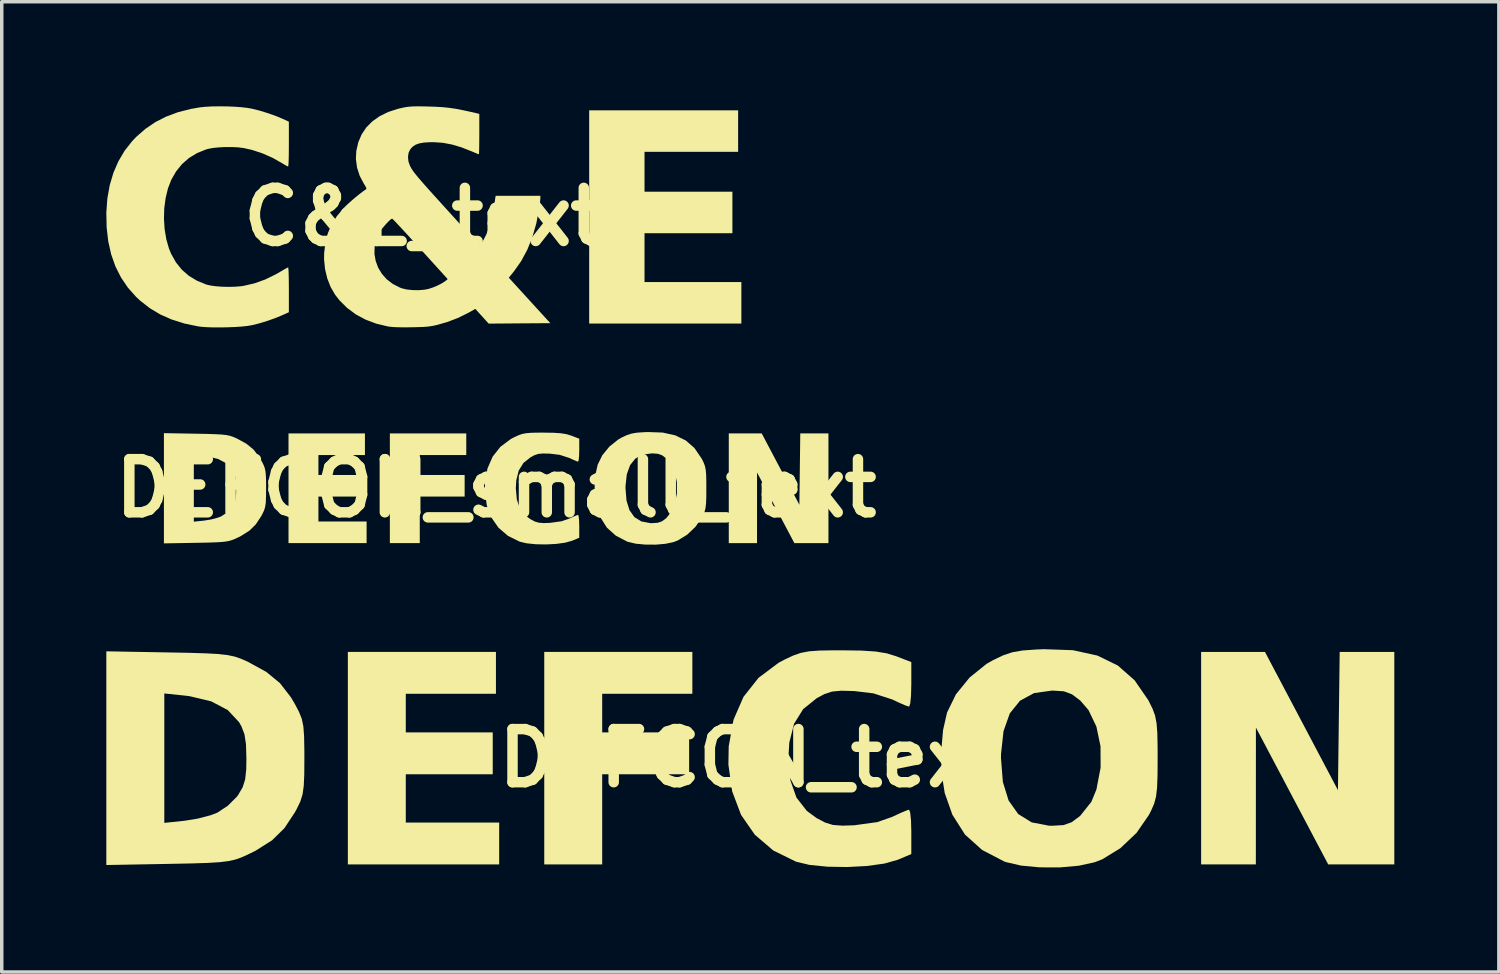
<source format=kicad_pcb>
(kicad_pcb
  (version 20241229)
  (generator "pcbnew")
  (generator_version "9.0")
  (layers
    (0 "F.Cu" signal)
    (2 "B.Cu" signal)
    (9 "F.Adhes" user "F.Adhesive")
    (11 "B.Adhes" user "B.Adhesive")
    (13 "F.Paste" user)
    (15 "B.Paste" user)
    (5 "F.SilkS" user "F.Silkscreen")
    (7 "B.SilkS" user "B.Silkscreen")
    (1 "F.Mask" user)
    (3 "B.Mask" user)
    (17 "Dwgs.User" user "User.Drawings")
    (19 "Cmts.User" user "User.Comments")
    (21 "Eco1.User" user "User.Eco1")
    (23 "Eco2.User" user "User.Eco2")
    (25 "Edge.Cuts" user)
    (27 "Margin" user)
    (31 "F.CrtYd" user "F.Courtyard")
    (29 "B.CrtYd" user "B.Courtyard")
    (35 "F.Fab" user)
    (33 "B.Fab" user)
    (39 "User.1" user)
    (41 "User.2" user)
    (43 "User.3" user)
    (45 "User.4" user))
  (footprint "C&E_text"
    (layer "F.Cu")
    (at 9.088 3.173)
    (property "Reference" "C&E_text" (at 0 0 0) (layer "F.SilkS") (effects (font (size 1.524 1.524) (thickness 0.3))))
    (attr board_only exclude_from_pos_files exclude_from_bom)
    (fp_poly (pts (xy 9.035 -1.868) (xy 6.35 -1.868) (xy 6.35 -0.724) (xy 8.871 -0.724) (xy 8.871 0.467) (xy 6.35 0.467) (xy 6.35 1.868) (xy 9.128 1.868) (xy 9.128 3.058) (xy 4.763 3.058) (xy 4.763 -3.058) (xy 9.035 -3.058)) (stroke (width 0) (type solid)) (fill yes) (layer "F.SilkS"))
    (fp_poly (pts (xy -5.625 -3.171) (xy -5.408 -3.162) (xy -5.206 -3.147) (xy -5.03 -3.126) (xy -4.917 -3.106) (xy -4.687 -3.049) (xy -4.445 -2.974) (xy -4.211 -2.89) (xy -4.033 -2.815) (xy -3.852 -2.733) (xy -3.852 -2.09) (xy -3.853 -1.888) (xy -3.855 -1.72) (xy -3.859 -1.59) (xy -3.864 -1.501) (xy -3.871 -1.454) (xy -3.875 -1.447) (xy -3.905 -1.459) (xy -3.962 -1.49) (xy -4.028 -1.531) (xy -4.308 -1.69) (xy -4.605 -1.822) (xy -4.907 -1.922) (xy -5.147 -1.976) (xy -5.304 -1.996) (xy -5.482 -2.005) (xy -5.67 -2.005) (xy -5.856 -1.996) (xy -6.025 -1.979) (xy -6.167 -1.953) (xy -6.222 -1.938) (xy -6.485 -1.832) (xy -6.717 -1.691) (xy -6.917 -1.516) (xy -7.087 -1.306) (xy -7.225 -1.065) (xy -7.32 -0.818) (xy -7.387 -0.543) (xy -7.426 -0.251) (xy -7.435 0.05) (xy -7.416 0.349) (xy -7.368 0.638) (xy -7.291 0.907) (xy -7.227 1.062) (xy -7.09 1.305) (xy -6.92 1.515) (xy -6.719 1.69) (xy -6.485 1.831) (xy -6.222 1.938) (xy -6.097 1.968) (xy -5.939 1.989) (xy -5.759 2.002) (xy -5.571 2.006) (xy -5.387 2.001) (xy -5.218 1.987) (xy -5.148 1.976) (xy -4.832 1.903) (xy -4.527 1.793) (xy -4.221 1.643) (xy -4.099 1.573) (xy -4.011 1.521) (xy -3.938 1.479) (xy -3.888 1.453) (xy -3.872 1.447) (xy -3.867 1.47) (xy -3.862 1.533) (xy -3.858 1.631) (xy -3.855 1.757) (xy -3.853 1.907) (xy -3.852 2.073) (xy -3.852 2.09) (xy -3.852 2.733) (xy -4.033 2.815) (xy -4.243 2.902) (xy -4.479 2.985) (xy -4.72 3.058) (xy -4.917 3.106) (xy -5.043 3.127) (xy -5.204 3.144) (xy -5.391 3.157) (xy -5.594 3.165) (xy -5.802 3.169) (xy -6.004 3.169) (xy -6.191 3.163) (xy -6.352 3.152) (xy -6.455 3.139) (xy -6.849 3.057) (xy -7.209 2.944) (xy -7.539 2.798) (xy -7.841 2.617) (xy -8.117 2.402) (xy -8.232 2.295) (xy -8.468 2.03) (xy -8.666 1.738) (xy -8.827 1.419) (xy -8.949 1.073) (xy -9.033 0.7) (xy -9.079 0.301) (xy -9.088 -0.124) (xy -9.059 -0.528) (xy -8.991 -0.908) (xy -8.885 -1.265) (xy -8.743 -1.595) (xy -8.563 -1.899) (xy -8.346 -2.175) (xy -8.232 -2.295) (xy -7.969 -2.525) (xy -7.684 -2.719) (xy -7.372 -2.878) (xy -7.031 -3.005) (xy -6.659 -3.099) (xy -6.413 -3.142) (xy -6.251 -3.159) (xy -6.058 -3.17) (xy -5.845 -3.173)) (stroke (width 0) (type solid)) (fill yes) (layer "F.SilkS"))
    (fp_poly (pts (xy 0.008 -3.171) (xy 0.14 -3.168) (xy 0.373 -3.16) (xy 0.574 -3.148) (xy 0.759 -3.128) (xy 0.943 -3.101) (xy 1.141 -3.062) (xy 1.337 -3.02) (xy 1.611 -2.957) (xy 1.611 -2.377) (xy 1.61 -2.218) (xy 1.609 -2.076) (xy 1.607 -1.957) (xy 1.604 -1.866) (xy 1.6 -1.812) (xy 1.597 -1.798) (xy 1.571 -1.806) (xy 1.513 -1.83) (xy 1.434 -1.863) (xy 1.405 -1.876) (xy 1.106 -1.994) (xy 0.828 -2.077) (xy 0.562 -2.127) (xy 0.299 -2.145) (xy 0.191 -2.144) (xy 0.018 -2.133) (xy -0.117 -2.108) (xy -0.223 -2.069) (xy -0.307 -2.011) (xy -0.368 -1.943) (xy -0.417 -1.844) (xy -0.435 -1.722) (xy -0.422 -1.592) (xy -0.379 -1.469) (xy -0.357 -1.426) (xy -0.331 -1.381) (xy -0.299 -1.332) (xy -0.259 -1.277) (xy -0.207 -1.211) (xy -0.143 -1.133) (xy -0.062 -1.039) (xy 0.036 -0.926) (xy 0.156 -0.791) (xy 0.299 -0.632) (xy 0.468 -0.446) (xy 0.665 -0.228) (xy 0.736 -0.15) (xy 1.619 0.822) (xy 1.661 0.767) (xy 1.739 0.647) (xy 1.816 0.492) (xy 1.887 0.313) (xy 1.951 0.122) (xy 2.001 -0.07) (xy 2.034 -0.251) (xy 2.042 -0.315) (xy 2.051 -0.408) (xy 2.062 -0.491) (xy 2.069 -0.543) (xy 2.081 -0.607) (xy 3.362 -0.607) (xy 3.362 -0.537) (xy 3.358 -0.483) (xy 3.349 -0.398) (xy 3.336 -0.295) (xy 3.327 -0.237) (xy 3.245 0.189) (xy 3.132 0.581) (xy 2.988 0.94) (xy 2.812 1.267) (xy 2.603 1.563) (xy 2.591 1.578) (xy 2.457 1.743) (xy 3.052 2.395) (xy 3.648 3.047) (xy 2.764 3.053) (xy 1.879 3.06) (xy 1.809 2.982) (xy 1.758 2.926) (xy 1.69 2.85) (xy 1.619 2.773) (xy 1.618 2.771) (xy 1.496 2.637) (xy 1.291 2.753) (xy 1.002 2.896) (xy 0.686 3.016) (xy 0.397 3.098) (xy 0.305 3.119) (xy 0.219 3.134) (xy 0.129 3.146) (xy 0.026 3.154) (xy -0.1 3.159) (xy -0.259 3.163) (xy -0.339 3.165) (xy -0.56 3.167) (xy -0.74 3.164) (xy -0.881 3.157) (xy -0.99 3.144) (xy -1.006 3.142) (xy -1.342 3.062) (xy -1.651 2.946) (xy -1.931 2.795) (xy -2.181 2.61) (xy -2.4 2.392) (xy -2.524 2.233) (xy -2.653 2.012) (xy -2.75 1.764) (xy -2.814 1.496) (xy -2.842 1.22) (xy -2.84 1.06) (xy -1.397 1.06) (xy -1.362 1.261) (xy -1.291 1.454) (xy -1.184 1.631) (xy -1.044 1.789) (xy -0.872 1.921) (xy -0.672 2.024) (xy -0.608 2.048) (xy -0.471 2.081) (xy -0.307 2.098) (xy -0.133 2.101) (xy 0.033 2.088) (xy 0.152 2.065) (xy 0.275 2.025) (xy 0.406 1.971) (xy 0.528 1.909) (xy 0.626 1.847) (xy 0.639 1.837) (xy 0.705 1.784) (xy -0.082 0.916) (xy -0.236 0.746) (xy -0.382 0.587) (xy -0.515 0.442) (xy -0.632 0.315) (xy -0.731 0.209) (xy -0.809 0.126) (xy -0.862 0.072) (xy -0.888 0.048) (xy -0.89 0.047) (xy -0.922 0.064) (xy -0.974 0.109) (xy -1.039 0.175) (xy -1.108 0.252) (xy -1.174 0.331) (xy -1.229 0.404) (xy -1.256 0.447) (xy -1.346 0.647) (xy -1.392 0.853) (xy -1.397 1.06) (xy -2.84 1.06) (xy -2.84 1.039) (xy -2.804 0.74) (xy -2.734 0.467) (xy -2.625 0.215) (xy -2.476 -0.022) (xy -2.284 -0.25) (xy -2.215 -0.32) (xy -2.133 -0.396) (xy -2.035 -0.483) (xy -1.93 -0.572) (xy -1.826 -0.656) (xy -1.734 -0.727) (xy -1.662 -0.777) (xy -1.639 -0.792) (xy -1.628 -0.81) (xy -1.637 -0.846) (xy -1.671 -0.907) (xy -1.702 -0.956) (xy -1.821 -1.182) (xy -1.897 -1.42) (xy -1.929 -1.665) (xy -1.917 -1.896) (xy -1.86 -2.144) (xy -1.764 -2.368) (xy -1.63 -2.568) (xy -1.457 -2.742) (xy -1.248 -2.89) (xy -1.004 -3.01) (xy -0.725 -3.101) (xy -0.544 -3.142) (xy -0.459 -3.156) (xy -0.37 -3.165) (xy -0.269 -3.171) (xy -0.146 -3.173)) (stroke (width 0) (type solid)) (fill yes) (layer "F.SilkS")))
  (footprint "DEFCON_text"
    (layer "F.Cu")
    (at 18.473 18.698)
    (property "Reference" "DEFCON_text" (at 0 0 0) (layer "F.SilkS") (effects (font (size 1.524 1.524) (thickness 0.3))))
    (attr board_only exclude_from_pos_files exclude_from_bom)
    (fp_poly (pts (xy -1.663 -1.847) (xy -4.249 -1.847) (xy -4.249 -0.739) (xy -1.755 -0.739) (xy -1.755 0.462) (xy -4.249 0.462) (xy -4.249 3.048) (xy -5.911 3.048) (xy -5.911 -3.048) (xy -1.663 -3.048)) (stroke (width 0) (type solid)) (fill yes) (layer "F.SilkS"))
    (fp_poly (pts (xy -7.297 -1.847) (xy -9.883 -1.847) (xy -9.883 -0.739) (xy -7.389 -0.739) (xy -7.389 0.462) (xy -9.883 0.462) (xy -9.883 1.847) (xy -7.204 1.847) (xy -7.204 3.048) (xy -11.545 3.048) (xy -11.545 -3.048) (xy -7.297 -3.048)) (stroke (width 0) (type solid)) (fill yes) (layer "F.SilkS"))
    (fp_poly (pts (xy 15.809 -1.066) (xy 16.856 0.917) (xy 16.881 -1.066) (xy 16.906 -3.048) (xy 18.473 -3.048) (xy 18.473 3.048) (xy 16.577 3.048) (xy 14.503 -0.877) (xy 14.502 1.085) (xy 14.501 3.048) (xy 12.931 3.048) (xy 12.931 -3.048) (xy 14.762 -3.048)) (stroke (width 0) (type solid)) (fill yes) (layer "F.SilkS"))
    (fp_poly (pts (xy -16.695 -3.033) (xy -16.073 -3.021) (xy -15.604 -3.006) (xy -15.256 -2.987) (xy -14.997 -2.957) (xy -14.795 -2.915) (xy -14.619 -2.855) (xy -14.436 -2.775) (xy -14.409 -2.762) (xy -13.885 -2.475) (xy -13.492 -2.152) (xy -13.178 -1.746) (xy -13.065 -1.555) (xy -12.947 -1.329) (xy -12.868 -1.133) (xy -12.822 -0.917) (xy -12.8 -0.634) (xy -12.793 -0.236) (xy -12.792 0) (xy -12.795 0.467) (xy -12.81 0.797) (xy -12.844 1.038) (xy -12.906 1.238) (xy -13.005 1.444) (xy -13.065 1.555) (xy -13.363 2.006) (xy -13.719 2.356) (xy -14.185 2.651) (xy -14.409 2.762) (xy -14.595 2.846) (xy -14.771 2.908) (xy -14.967 2.952) (xy -15.217 2.983) (xy -15.551 3.004) (xy -16.002 3.019) (xy -16.601 3.031) (xy -16.695 3.033) (xy -18.473 3.065) (xy -18.473 -1.856) (xy -16.81 -1.856) (xy -16.81 1.856) (xy -16.233 1.796) (xy -15.851 1.734) (xy -15.481 1.637) (xy -15.286 1.562) (xy -14.99 1.366) (xy -14.727 1.104) (xy -14.686 1.047) (xy -14.562 0.834) (xy -14.491 0.613) (xy -14.46 0.321) (xy -14.455 0.007) (xy -14.467 -0.4) (xy -14.511 -0.688) (xy -14.601 -0.92) (xy -14.666 -1.033) (xy -14.99 -1.38) (xy -15.465 -1.63) (xy -16.085 -1.778) (xy -16.233 -1.796) (xy -16.81 -1.856) (xy -18.473 -1.856) (xy -18.473 -3.065)) (stroke (width 0) (type solid)) (fill yes) (layer "F.SilkS"))
    (fp_poly (pts (xy 3.183 -3.086) (xy 3.595 -3.059) (xy 3.91 -3.008) (xy 4.173 -2.927) (xy 4.179 -2.925) (xy 4.618 -2.756) (xy 4.618 -2.117) (xy 4.61 -1.8) (xy 4.588 -1.572) (xy 4.557 -1.478) (xy 4.555 -1.478) (xy 4.442 -1.515) (xy 4.223 -1.611) (xy 4.07 -1.684) (xy 3.53 -1.859) (xy 2.981 -1.925) (xy 2.606 -1.935) (xy 2.343 -1.91) (xy 2.121 -1.836) (xy 1.904 -1.72) (xy 1.514 -1.405) (xy 1.254 -0.986) (xy 1.118 -0.447) (xy 1.092 0) (xy 1.148 0.631) (xy 1.323 1.131) (xy 1.623 1.515) (xy 1.904 1.72) (xy 2.149 1.848) (xy 2.371 1.916) (xy 2.644 1.936) (xy 2.981 1.925) (xy 3.643 1.834) (xy 4.07 1.684) (xy 4.323 1.566) (xy 4.505 1.491) (xy 4.555 1.478) (xy 4.586 1.562) (xy 4.609 1.784) (xy 4.618 2.097) (xy 4.618 2.114) (xy 4.618 2.751) (xy 4.226 2.916) (xy 3.844 3.024) (xy 3.34 3.093) (xy 2.775 3.123) (xy 2.206 3.113) (xy 1.695 3.061) (xy 1.312 2.97) (xy 0.658 2.648) (xy 0.129 2.196) (xy -0.266 1.626) (xy -0.521 0.951) (xy -0.629 0.183) (xy -0.62 -0.339) (xy -0.482 -1.102) (xy -0.196 -1.759) (xy 0.236 -2.305) (xy 0.811 -2.736) (xy 1.001 -2.837) (xy 1.24 -2.948) (xy 1.453 -3.021) (xy 1.687 -3.065) (xy 1.991 -3.087) (xy 2.412 -3.094) (xy 2.632 -3.094)) (stroke (width 0) (type solid)) (fill yes) (layer "F.SilkS"))
    (fp_poly (pts (xy 9.253 -3.097) (xy 9.956 -2.943) (xy 10.542 -2.657) (xy 11.023 -2.234) (xy 11.413 -1.668) (xy 11.434 -1.628) (xy 11.539 -1.416) (xy 11.61 -1.223) (xy 11.653 -1.004) (xy 11.675 -0.717) (xy 11.683 -0.315) (xy 11.684 0) (xy 11.681 0.491) (xy 11.668 0.842) (xy 11.639 1.097) (xy 11.586 1.3) (xy 11.502 1.495) (xy 11.434 1.628) (xy 11.08 2.142) (xy 10.617 2.581) (xy 10.098 2.9) (xy 9.877 2.986) (xy 9.423 3.085) (xy 8.876 3.134) (xy 8.301 3.132) (xy 7.764 3.081) (xy 7.331 2.981) (xy 7.282 2.963) (xy 6.65 2.634) (xy 6.158 2.192) (xy 5.797 1.624) (xy 5.576 0.999) (xy 5.489 0.445) (xy 5.478 0) (xy 7.19 0) (xy 7.244 0.682) (xy 7.409 1.215) (xy 7.684 1.602) (xy 8.07 1.842) (xy 8.568 1.937) (xy 8.656 1.939) (xy 8.981 1.92) (xy 9.215 1.839) (xy 9.451 1.664) (xy 9.463 1.654) (xy 9.783 1.252) (xy 9.928 0.898) (xy 10.048 0.272) (xy 10.045 -0.342) (xy 9.927 -0.906) (xy 9.7 -1.381) (xy 9.463 -1.654) (xy 9.225 -1.833) (xy 8.993 -1.918) (xy 8.674 -1.939) (xy 8.656 -1.939) (xy 8.14 -1.867) (xy 7.737 -1.649) (xy 7.444 -1.286) (xy 7.263 -0.775) (xy 7.191 -0.116) (xy 7.19 0) (xy 5.478 0) (xy 5.474 -0.186) (xy 5.53 -0.81) (xy 5.643 -1.309) (xy 5.898 -1.831) (xy 6.291 -2.314) (xy 6.776 -2.705) (xy 6.969 -2.815) (xy 7.256 -2.951) (xy 7.516 -3.038) (xy 7.811 -3.089) (xy 8.202 -3.117) (xy 8.421 -3.126)) (stroke (width 0) (type solid)) (fill yes) (layer "F.SilkS")))
  (footprint "DEFCON_small_text"
    (layer "F.Cu")
    (at 11.183 10.956)
    (property "Reference" "DEFCON_small_text" (at 0 0 0) (layer "F.SilkS") (effects (font (size 1.524 1.524) (thickness 0.3))))
    (attr board_only exclude_from_pos_files exclude_from_bom)
    (fp_poly (pts (xy -0.858 -0.953) (xy -2.192 -0.953) (xy -2.192 -0.381) (xy -0.905 -0.381) (xy -0.905 0.238) (xy -2.192 0.238) (xy -2.192 1.573) (xy -3.05 1.573) (xy -3.05 -1.573) (xy -0.858 -1.573)) (stroke (width 0) (type solid)) (fill yes) (layer "F.SilkS"))
    (fp_poly (pts (xy -3.765 -0.953) (xy -5.099 -0.953) (xy -5.099 -0.381) (xy -3.812 -0.381) (xy -3.812 0.238) (xy -5.099 0.238) (xy -5.099 0.953) (xy -3.717 0.953) (xy -3.717 1.573) (xy -5.957 1.573) (xy -5.957 -1.573) (xy -3.765 -1.573)) (stroke (width 0) (type solid)) (fill yes) (layer "F.SilkS"))
    (fp_poly (pts (xy 8.157 -0.55) (xy 8.697 0.473) (xy 8.71 -0.55) (xy 8.723 -1.573) (xy 9.531 -1.573) (xy 9.531 1.573) (xy 8.553 1.573) (xy 8.018 0.56) (xy 7.483 -0.453) (xy 7.482 1.573) (xy 6.672 1.573) (xy 6.672 -1.573) (xy 7.617 -1.573)) (stroke (width 0) (type solid)) (fill yes) (layer "F.SilkS"))
    (fp_poly (pts (xy -8.614 -1.565) (xy -8.293 -1.559) (xy -8.051 -1.551) (xy -7.871 -1.541) (xy -7.738 -1.526) (xy -7.634 -1.504) (xy -7.542 -1.473) (xy -7.448 -1.432) (xy -7.434 -1.425) (xy -7.164 -1.277) (xy -6.961 -1.11) (xy -6.799 -0.901) (xy -6.741 -0.802) (xy -6.68 -0.686) (xy -6.639 -0.584) (xy -6.616 -0.473) (xy -6.604 -0.327) (xy -6.6 -0.122) (xy -6.6 0) (xy -6.602 0.241) (xy -6.609 0.411) (xy -6.627 0.536) (xy -6.659 0.639) (xy -6.71 0.745) (xy -6.741 0.802) (xy -6.895 1.035) (xy -7.078 1.215) (xy -7.319 1.368) (xy -7.434 1.425) (xy -7.53 1.468) (xy -7.621 1.5) (xy -7.722 1.523) (xy -7.851 1.539) (xy -8.023 1.55) (xy -8.256 1.558) (xy -8.565 1.564) (xy -8.614 1.565) (xy -9.531 1.581) (xy -9.531 -0.958) (xy -8.673 -0.958) (xy -8.673 0.958) (xy -8.375 0.927) (xy -8.178 0.895) (xy -7.988 0.844) (xy -7.887 0.806) (xy -7.734 0.705) (xy -7.599 0.57) (xy -7.577 0.54) (xy -7.513 0.43) (xy -7.477 0.316) (xy -7.461 0.165) (xy -7.458 0.003) (xy -7.464 -0.207) (xy -7.487 -0.355) (xy -7.534 -0.474) (xy -7.567 -0.533) (xy -7.734 -0.712) (xy -7.979 -0.841) (xy -8.299 -0.917) (xy -8.375 -0.927) (xy -8.673 -0.958) (xy -9.531 -0.958) (xy -9.531 -1.581)) (stroke (width 0) (type solid)) (fill yes) (layer "F.SilkS"))
    (fp_poly (pts (xy 1.643 -1.592) (xy 1.855 -1.578) (xy 2.017 -1.552) (xy 2.153 -1.51) (xy 2.156 -1.509) (xy 2.383 -1.422) (xy 2.383 -1.092) (xy 2.378 -0.929) (xy 2.367 -0.811) (xy 2.351 -0.763) (xy 2.35 -0.762) (xy 2.292 -0.782) (xy 2.179 -0.831) (xy 2.1 -0.869) (xy 1.821 -0.959) (xy 1.538 -0.993) (xy 1.344 -0.998) (xy 1.209 -0.986) (xy 1.094 -0.947) (xy 0.983 -0.887) (xy 0.781 -0.725) (xy 0.647 -0.509) (xy 0.577 -0.23) (xy 0.563 0) (xy 0.593 0.326) (xy 0.682 0.583) (xy 0.837 0.782) (xy 0.983 0.887) (xy 1.109 0.954) (xy 1.224 0.988) (xy 1.364 0.999) (xy 1.538 0.993) (xy 1.879 0.946) (xy 2.1 0.869) (xy 2.231 0.808) (xy 2.324 0.769) (xy 2.35 0.762) (xy 2.366 0.806) (xy 2.378 0.921) (xy 2.383 1.082) (xy 2.383 1.091) (xy 2.383 1.419) (xy 2.18 1.504) (xy 1.983 1.56) (xy 1.723 1.596) (xy 1.432 1.611) (xy 1.138 1.606) (xy 0.875 1.579) (xy 0.677 1.533) (xy 0.339 1.366) (xy 0.067 1.133) (xy -0.137 0.839) (xy -0.269 0.491) (xy -0.325 0.094) (xy -0.32 -0.175) (xy -0.249 -0.569) (xy -0.101 -0.908) (xy 0.122 -1.19) (xy 0.418 -1.412) (xy 0.517 -1.464) (xy 0.64 -1.521) (xy 0.75 -1.559) (xy 0.871 -1.581) (xy 1.027 -1.593) (xy 1.245 -1.596) (xy 1.358 -1.596)) (stroke (width 0) (type solid)) (fill yes) (layer "F.SilkS"))
    (fp_poly (pts (xy 4.774 -1.598) (xy 5.137 -1.518) (xy 5.439 -1.371) (xy 5.688 -1.153) (xy 5.888 -0.86) (xy 5.9 -0.84) (xy 5.954 -0.73) (xy 5.99 -0.631) (xy 6.012 -0.518) (xy 6.024 -0.37) (xy 6.028 -0.163) (xy 6.028 0) (xy 6.027 0.254) (xy 6.02 0.435) (xy 6.005 0.566) (xy 5.978 0.671) (xy 5.935 0.772) (xy 5.9 0.84) (xy 5.717 1.105) (xy 5.478 1.332) (xy 5.21 1.496) (xy 5.096 1.541) (xy 4.862 1.592) (xy 4.579 1.617) (xy 4.283 1.616) (xy 4.006 1.59) (xy 3.782 1.538) (xy 3.757 1.529) (xy 3.431 1.359) (xy 3.177 1.131) (xy 2.991 0.838) (xy 2.877 0.515) (xy 2.832 0.23) (xy 2.827 0) (xy 3.71 0) (xy 3.738 0.352) (xy 3.823 0.627) (xy 3.964 0.827) (xy 4.164 0.951) (xy 4.421 1) (xy 4.466 1.001) (xy 4.634 0.99) (xy 4.755 0.949) (xy 4.876 0.859) (xy 4.882 0.853) (xy 5.048 0.646) (xy 5.122 0.463) (xy 5.184 0.141) (xy 5.183 -0.176) (xy 5.122 -0.468) (xy 5.004 -0.712) (xy 4.882 -0.853) (xy 4.76 -0.946) (xy 4.64 -0.989) (xy 4.475 -1.001) (xy 4.466 -1.001) (xy 4.2 -0.963) (xy 3.992 -0.851) (xy 3.841 -0.663) (xy 3.747 -0.4) (xy 3.71 -0.06) (xy 3.71 0) (xy 2.827 0) (xy 2.824 -0.096) (xy 2.853 -0.418) (xy 2.911 -0.675) (xy 3.043 -0.945) (xy 3.246 -1.194) (xy 3.496 -1.395) (xy 3.596 -1.453) (xy 3.744 -1.523) (xy 3.878 -1.567) (xy 4.03 -1.594) (xy 4.232 -1.608) (xy 4.345 -1.613)) (stroke (width 0) (type solid)) (fill yes) (layer "F.SilkS")))
  (gr_rect
    (start -3 -3)
    (end 39.945 24.832)
    (stroke (width 0.1) (type default))
    (fill no)
    (layer "Edge.Cuts")))
</source>
